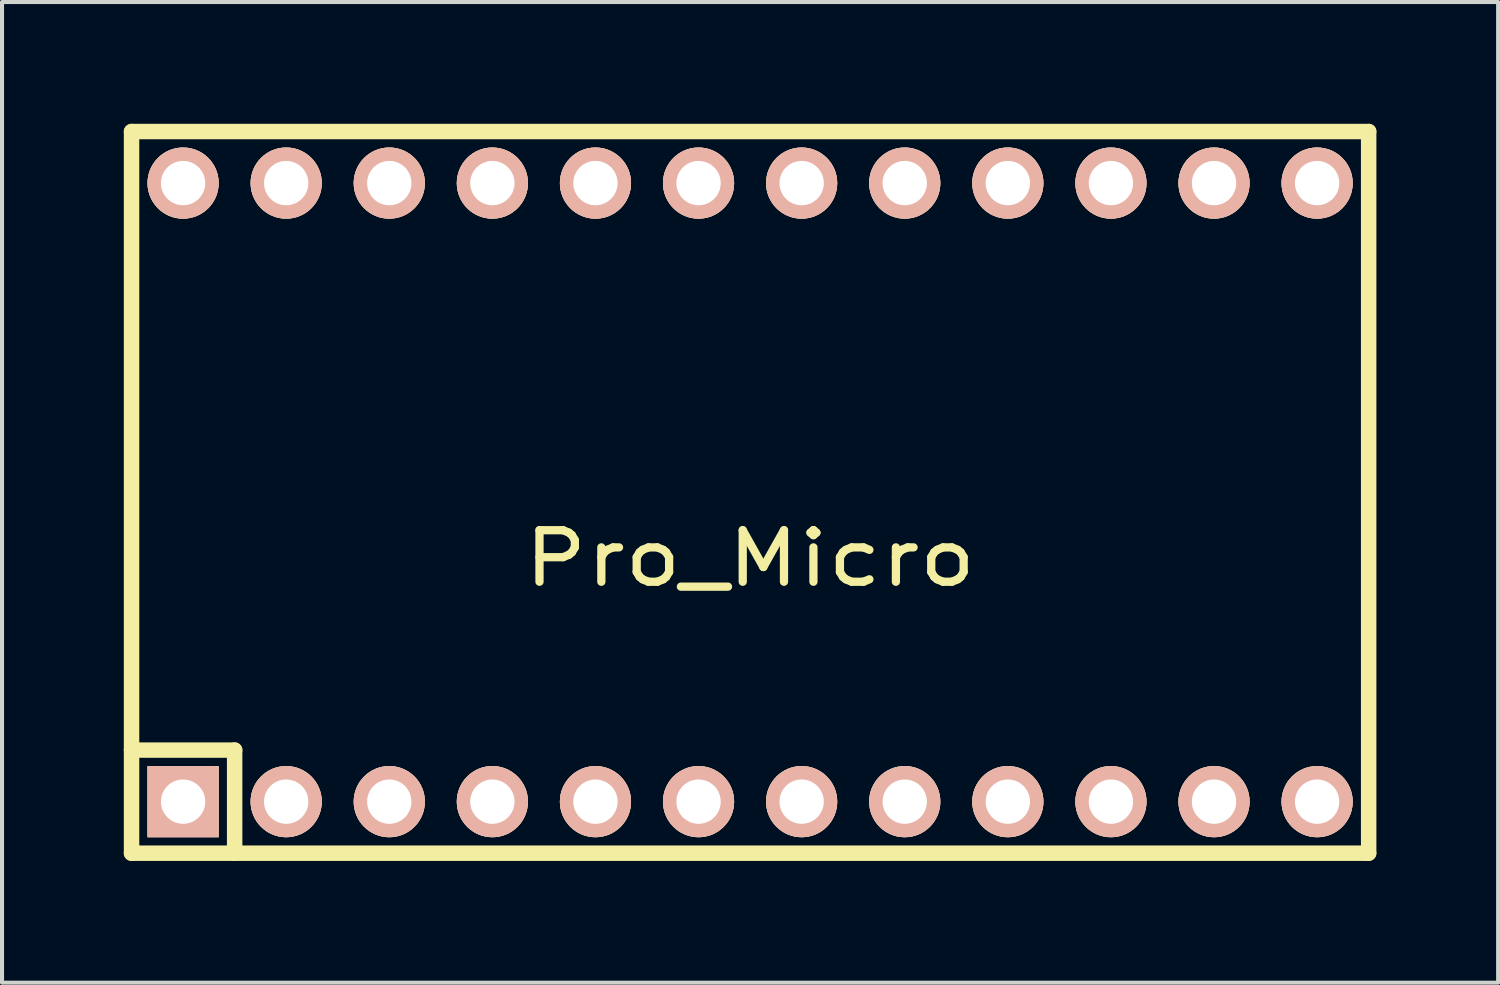
<source format=kicad_pcb>
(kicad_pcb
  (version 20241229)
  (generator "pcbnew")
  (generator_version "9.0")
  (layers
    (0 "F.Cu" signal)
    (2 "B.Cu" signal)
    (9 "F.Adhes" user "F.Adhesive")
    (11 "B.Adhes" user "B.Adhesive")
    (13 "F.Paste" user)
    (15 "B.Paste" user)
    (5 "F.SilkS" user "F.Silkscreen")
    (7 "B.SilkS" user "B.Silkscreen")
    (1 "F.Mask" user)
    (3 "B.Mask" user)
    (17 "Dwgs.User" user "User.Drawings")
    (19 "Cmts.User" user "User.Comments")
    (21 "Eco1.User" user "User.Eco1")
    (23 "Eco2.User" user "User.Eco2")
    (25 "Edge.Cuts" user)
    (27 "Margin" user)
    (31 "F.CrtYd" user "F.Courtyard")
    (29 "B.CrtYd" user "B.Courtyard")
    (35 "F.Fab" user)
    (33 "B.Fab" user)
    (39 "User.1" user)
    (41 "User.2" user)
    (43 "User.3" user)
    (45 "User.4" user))
  (footprint "Pro_Micro"
    (layer "F.Cu")
    (at 15.431 9.081)
    (property "Reference" "Pro_Micro" (at 0 1.625 0) (layer "F.SilkS") (effects (font (size 1.27 1.524) (thickness 0.203))))
    (attr through_hole)
    (fp_line (start -15.24 -8.89) (end -15.24 8.89) (stroke (width 0.381) (type solid)) (layer "F.SilkS"))
    (fp_line (start -15.24 6.35) (end -12.7 6.35) (stroke (width 0.381) (type solid)) (layer "F.SilkS"))
    (fp_line (start -15.24 8.89) (end 15.24 8.89) (stroke (width 0.381) (type solid)) (layer "F.SilkS"))
    (fp_line (start -12.7 6.35) (end -12.7 8.89) (stroke (width 0.381) (type solid)) (layer "F.SilkS"))
    (fp_line (start 15.24 -8.89) (end -15.24 -8.89) (stroke (width 0.381) (type solid)) (layer "F.SilkS"))
    (fp_line (start 15.24 8.89) (end 15.24 -8.89) (stroke (width 0.381) (type solid)) (layer "F.SilkS"))
    (pad "1" thru_hole rect (at -13.97 7.62) (size 1.753 1.753) (drill 1.092) (layers "*.Cu" "*.SilkS" "*.Mask"))
    (pad "2" thru_hole circle (at -11.43 7.62) (size 1.753 1.753) (drill 1.092) (layers "*.Cu" "*.SilkS" "*.Mask"))
    (pad "3" thru_hole circle (at -8.89 7.62) (size 1.753 1.753) (drill 1.092) (layers "*.Cu" "*.SilkS" "*.Mask"))
    (pad "4" thru_hole circle (at -6.35 7.62) (size 1.753 1.753) (drill 1.092) (layers "*.Cu" "*.SilkS" "*.Mask"))
    (pad "5" thru_hole circle (at -3.81 7.62) (size 1.753 1.753) (drill 1.092) (layers "*.Cu" "*.SilkS" "*.Mask"))
    (pad "6" thru_hole circle (at -1.27 7.62) (size 1.753 1.753) (drill 1.092) (layers "*.Cu" "*.SilkS" "*.Mask"))
    (pad "7" thru_hole circle (at 1.27 7.62) (size 1.753 1.753) (drill 1.092) (layers "*.Cu" "*.SilkS" "*.Mask"))
    (pad "8" thru_hole circle (at 3.81 7.62) (size 1.753 1.753) (drill 1.092) (layers "*.Cu" "*.SilkS" "*.Mask"))
    (pad "9" thru_hole circle (at 6.35 7.62) (size 1.753 1.753) (drill 1.092) (layers "*.Cu" "*.SilkS" "*.Mask"))
    (pad "10" thru_hole circle (at 8.89 7.62) (size 1.753 1.753) (drill 1.092) (layers "*.Cu" "*.SilkS" "*.Mask"))
    (pad "11" thru_hole circle (at 11.43 7.62) (size 1.753 1.753) (drill 1.092) (layers "*.Cu" "*.SilkS" "*.Mask"))
    (pad "12" thru_hole circle (at 13.97 7.62) (size 1.753 1.753) (drill 1.092) (layers "*.Cu" "*.SilkS" "*.Mask"))
    (pad "13" thru_hole circle (at 13.97 -7.62) (size 1.753 1.753) (drill 1.092) (layers "*.Cu" "*.SilkS" "*.Mask"))
    (pad "14" thru_hole circle (at 11.43 -7.62) (size 1.753 1.753) (drill 1.092) (layers "*.Cu" "*.SilkS" "*.Mask"))
    (pad "15" thru_hole circle (at 8.89 -7.62) (size 1.753 1.753) (drill 1.092) (layers "*.Cu" "*.SilkS" "*.Mask"))
    (pad "16" thru_hole circle (at 6.35 -7.62) (size 1.753 1.753) (drill 1.092) (layers "*.Cu" "*.SilkS" "*.Mask"))
    (pad "17" thru_hole circle (at 3.81 -7.62) (size 1.753 1.753) (drill 1.092) (layers "*.Cu" "*.SilkS" "*.Mask"))
    (pad "18" thru_hole circle (at 1.27 -7.62) (size 1.753 1.753) (drill 1.092) (layers "*.Cu" "*.SilkS" "*.Mask"))
    (pad "19" thru_hole circle (at -1.27 -7.62) (size 1.753 1.753) (drill 1.092) (layers "*.Cu" "*.SilkS" "*.Mask"))
    (pad "20" thru_hole circle (at -3.81 -7.62) (size 1.753 1.753) (drill 1.092) (layers "*.Cu" "*.SilkS" "*.Mask"))
    (pad "21" thru_hole circle (at -6.35 -7.62) (size 1.753 1.753) (drill 1.092) (layers "*.Cu" "*.SilkS" "*.Mask"))
    (pad "22" thru_hole circle (at -8.89 -7.62) (size 1.753 1.753) (drill 1.092) (layers "*.Cu" "*.SilkS" "*.Mask"))
    (pad "23" thru_hole circle (at -11.43 -7.62) (size 1.753 1.753) (drill 1.092) (layers "*.Cu" "*.SilkS" "*.Mask"))
    (pad "24" thru_hole circle (at -13.97 -7.62) (size 1.753 1.753) (drill 1.092) (layers "*.Cu" "*.SilkS" "*.Mask")))
  (gr_rect
    (start -3 -3)
    (end 33.861 21.161)
    (stroke (width 0.1) (type default))
    (fill no)
    (layer "Edge.Cuts")))
</source>
